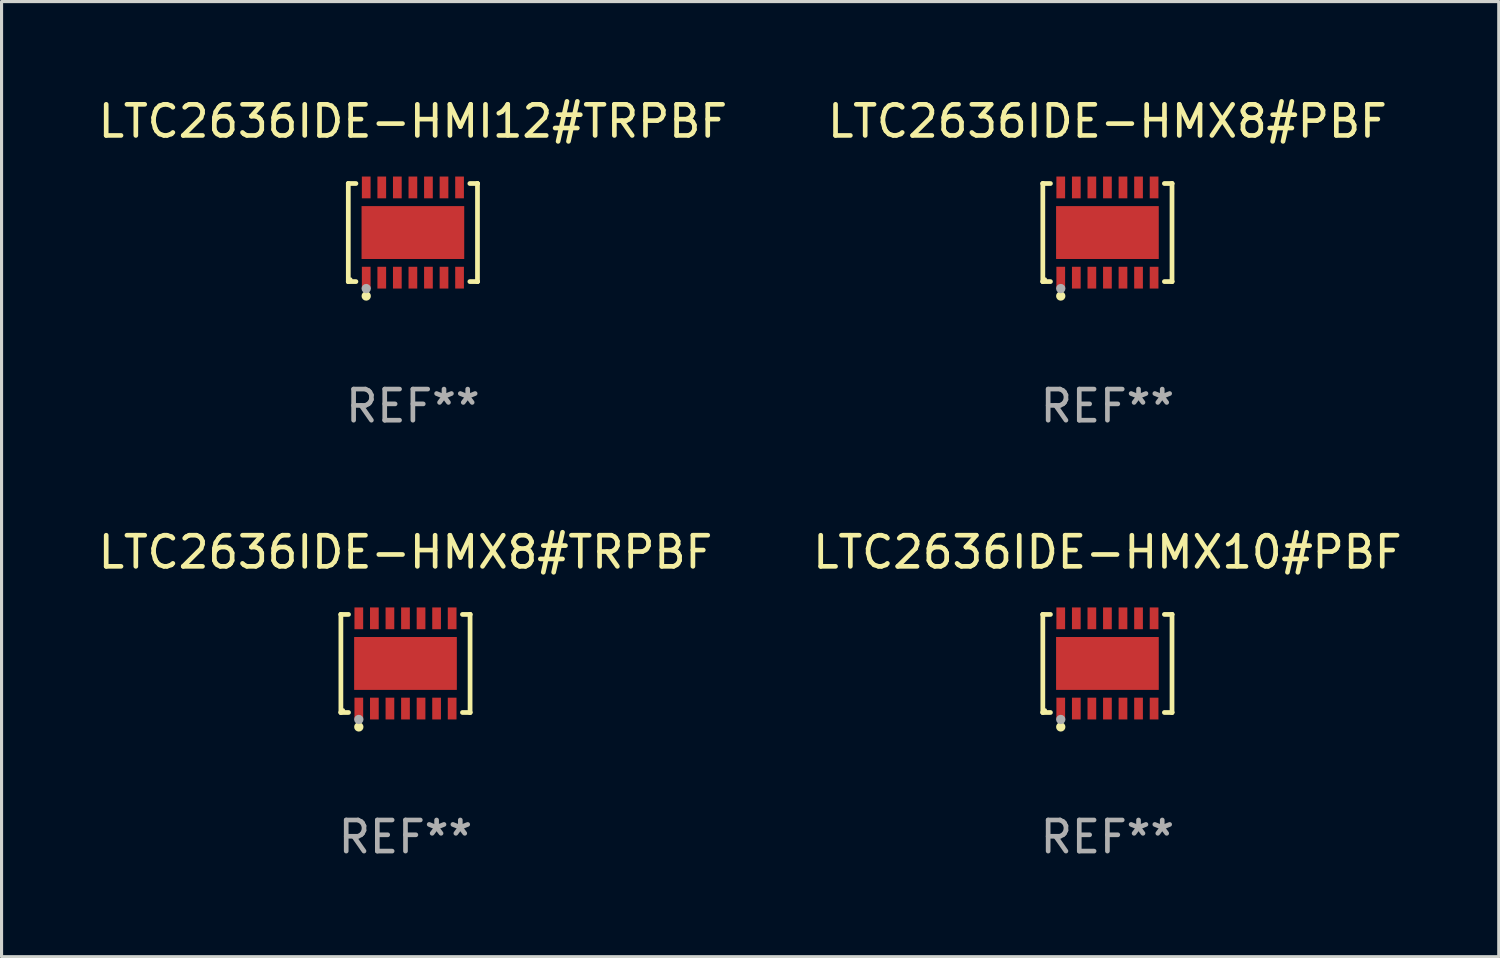
<source format=kicad_pcb>
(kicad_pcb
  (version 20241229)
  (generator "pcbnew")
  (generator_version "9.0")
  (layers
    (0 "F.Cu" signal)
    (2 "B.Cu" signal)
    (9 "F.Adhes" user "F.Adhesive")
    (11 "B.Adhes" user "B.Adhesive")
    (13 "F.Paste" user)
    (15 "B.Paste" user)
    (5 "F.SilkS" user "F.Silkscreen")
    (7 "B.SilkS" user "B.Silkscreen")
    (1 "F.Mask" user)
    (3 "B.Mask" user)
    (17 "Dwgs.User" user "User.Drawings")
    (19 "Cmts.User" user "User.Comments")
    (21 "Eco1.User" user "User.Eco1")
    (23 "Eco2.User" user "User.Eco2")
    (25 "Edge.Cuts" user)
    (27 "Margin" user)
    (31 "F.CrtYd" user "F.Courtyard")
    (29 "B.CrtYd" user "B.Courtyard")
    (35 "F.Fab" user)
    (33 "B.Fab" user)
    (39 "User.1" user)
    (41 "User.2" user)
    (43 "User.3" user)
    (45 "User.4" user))
  (footprint "LTC2636IDE-HMX8#PBF"
    (layer "F.Cu")
    (at 32.542 4.424)
    (property "Reference" "LTC2636IDE-HMX8#PBF" (at 0 -3.576 0) (layer "F.SilkS") (effects (font (size 1 1) (thickness 0.15))))
    (attr through_hole)
    (fp_line (start -2.076 -1.576) (end -2.076 -1.576) (stroke (width 0.152) (type solid)) (layer "F.SilkS"))
    (fp_line (start -2.076 -1.576) (end -1.831 -1.576) (stroke (width 0.152) (type solid)) (layer "F.SilkS"))
    (fp_line (start -2.076 1.576) (end -2.076 -1.576) (stroke (width 0.152) (type solid)) (layer "F.SilkS"))
    (fp_line (start -2.076 1.576) (end -2.076 1.576) (stroke (width 0.152) (type solid)) (layer "F.SilkS"))
    (fp_line (start -1.831 1.576) (end -2.076 1.576) (stroke (width 0.152) (type solid)) (layer "F.SilkS"))
    (fp_line (start 1.831 1.576) (end 2.076 1.576) (stroke (width 0.152) (type solid)) (layer "F.SilkS"))
    (fp_line (start 2.076 -1.576) (end 1.831 -1.576) (stroke (width 0.152) (type solid)) (layer "F.SilkS"))
    (fp_line (start 2.076 -1.576) (end 2.076 -1.576) (stroke (width 0.152) (type solid)) (layer "F.SilkS"))
    (fp_line (start 2.076 1.576) (end 2.076 -1.576) (stroke (width 0.152) (type solid)) (layer "F.SilkS"))
    (fp_line (start 2.076 1.576) (end 2.076 1.576) (stroke (width 0.152) (type solid)) (layer "F.SilkS"))
    (fp_circle (center -2 1.5) (end -1.97 1.5) (stroke (width 0.06) (type solid)) (fill no) (layer "F.SilkS"))
    (fp_circle (center -1.5 2.04) (end -1.425 2.04) (stroke (width 0.15) (type solid)) (fill no) (layer "F.SilkS"))
    (fp_circle (center -1.5 1.8) (end -1.425 1.8) (stroke (width 0.15) (type solid)) (fill no) (layer "F.Fab"))
    (fp_text user "REF**" (at 0 5.576 0) (layer "F.Fab") (effects (font (size 1 1) (thickness 0.15))))
    (pad "1" smd rect (at -1.5 1.45) (size 0.28 0.7) (layers "F.Cu" "F.Mask" "F.Paste"))
    (pad "2" smd rect (at -1 1.45) (size 0.28 0.7) (layers "F.Cu" "F.Mask" "F.Paste"))
    (pad "3" smd rect (at -0.5 1.45) (size 0.28 0.7) (layers "F.Cu" "F.Mask" "F.Paste"))
    (pad "4" smd rect (at 0 1.45) (size 0.28 0.7) (layers "F.Cu" "F.Mask" "F.Paste"))
    (pad "5" smd rect (at 0.5 1.45) (size 0.28 0.7) (layers "F.Cu" "F.Mask" "F.Paste"))
    (pad "6" smd rect (at 1 1.45) (size 0.28 0.7) (layers "F.Cu" "F.Mask" "F.Paste"))
    (pad "7" smd rect (at 1.5 1.45) (size 0.28 0.7) (layers "F.Cu" "F.Mask" "F.Paste"))
    (pad "8" smd rect (at 1.5 -1.45) (size 0.28 0.7) (layers "F.Cu" "F.Mask" "F.Paste"))
    (pad "9" smd rect (at 1 -1.45) (size 0.28 0.7) (layers "F.Cu" "F.Mask" "F.Paste"))
    (pad "10" smd rect (at 0.5 -1.45) (size 0.28 0.7) (layers "F.Cu" "F.Mask" "F.Paste"))
    (pad "11" smd rect (at 0 -1.45) (size 0.28 0.7) (layers "F.Cu" "F.Mask" "F.Paste"))
    (pad "12" smd rect (at -0.5 -1.45) (size 0.28 0.7) (layers "F.Cu" "F.Mask" "F.Paste"))
    (pad "13" smd rect (at -1 -1.45) (size 0.28 0.7) (layers "F.Cu" "F.Mask" "F.Paste"))
    (pad "14" smd rect (at -1.5 -1.45) (size 0.28 0.7) (layers "F.Cu" "F.Mask" "F.Paste"))
    (pad "15" smd rect (at 0 0) (size 3.3 1.7) (layers "F.Cu" "F.Mask" "F.Paste")))
  (footprint "LTC2636IDE-HMX10#PBF"
    (layer "F.Cu")
    (at 32.542 18.273)
    (property "Reference" "LTC2636IDE-HMX10#PBF" (at 0 -3.576 0) (layer "F.SilkS") (effects (font (size 1 1) (thickness 0.15))))
    (attr through_hole)
    (fp_line (start -2.076 -1.576) (end -2.076 -1.576) (stroke (width 0.152) (type solid)) (layer "F.SilkS"))
    (fp_line (start -2.076 -1.576) (end -1.831 -1.576) (stroke (width 0.152) (type solid)) (layer "F.SilkS"))
    (fp_line (start -2.076 1.576) (end -2.076 -1.576) (stroke (width 0.152) (type solid)) (layer "F.SilkS"))
    (fp_line (start -2.076 1.576) (end -2.076 1.576) (stroke (width 0.152) (type solid)) (layer "F.SilkS"))
    (fp_line (start -1.831 1.576) (end -2.076 1.576) (stroke (width 0.152) (type solid)) (layer "F.SilkS"))
    (fp_line (start 1.831 1.576) (end 2.076 1.576) (stroke (width 0.152) (type solid)) (layer "F.SilkS"))
    (fp_line (start 2.076 -1.576) (end 1.831 -1.576) (stroke (width 0.152) (type solid)) (layer "F.SilkS"))
    (fp_line (start 2.076 -1.576) (end 2.076 -1.576) (stroke (width 0.152) (type solid)) (layer "F.SilkS"))
    (fp_line (start 2.076 1.576) (end 2.076 -1.576) (stroke (width 0.152) (type solid)) (layer "F.SilkS"))
    (fp_line (start 2.076 1.576) (end 2.076 1.576) (stroke (width 0.152) (type solid)) (layer "F.SilkS"))
    (fp_circle (center -2 1.5) (end -1.97 1.5) (stroke (width 0.06) (type solid)) (fill no) (layer "F.SilkS"))
    (fp_circle (center -1.5 2.04) (end -1.425 2.04) (stroke (width 0.15) (type solid)) (fill no) (layer "F.SilkS"))
    (fp_circle (center -1.5 1.8) (end -1.425 1.8) (stroke (width 0.15) (type solid)) (fill no) (layer "F.Fab"))
    (fp_text user "REF**" (at 0 5.576 0) (layer "F.Fab") (effects (font (size 1 1) (thickness 0.15))))
    (pad "1" smd rect (at -1.5 1.45) (size 0.28 0.7) (layers "F.Cu" "F.Mask" "F.Paste"))
    (pad "2" smd rect (at -1 1.45) (size 0.28 0.7) (layers "F.Cu" "F.Mask" "F.Paste"))
    (pad "3" smd rect (at -0.5 1.45) (size 0.28 0.7) (layers "F.Cu" "F.Mask" "F.Paste"))
    (pad "4" smd rect (at 0 1.45) (size 0.28 0.7) (layers "F.Cu" "F.Mask" "F.Paste"))
    (pad "5" smd rect (at 0.5 1.45) (size 0.28 0.7) (layers "F.Cu" "F.Mask" "F.Paste"))
    (pad "6" smd rect (at 1 1.45) (size 0.28 0.7) (layers "F.Cu" "F.Mask" "F.Paste"))
    (pad "7" smd rect (at 1.5 1.45) (size 0.28 0.7) (layers "F.Cu" "F.Mask" "F.Paste"))
    (pad "8" smd rect (at 1.5 -1.45) (size 0.28 0.7) (layers "F.Cu" "F.Mask" "F.Paste"))
    (pad "9" smd rect (at 1 -1.45) (size 0.28 0.7) (layers "F.Cu" "F.Mask" "F.Paste"))
    (pad "10" smd rect (at 0.5 -1.45) (size 0.28 0.7) (layers "F.Cu" "F.Mask" "F.Paste"))
    (pad "11" smd rect (at 0 -1.45) (size 0.28 0.7) (layers "F.Cu" "F.Mask" "F.Paste"))
    (pad "12" smd rect (at -0.5 -1.45) (size 0.28 0.7) (layers "F.Cu" "F.Mask" "F.Paste"))
    (pad "13" smd rect (at -1 -1.45) (size 0.28 0.7) (layers "F.Cu" "F.Mask" "F.Paste"))
    (pad "14" smd rect (at -1.5 -1.45) (size 0.28 0.7) (layers "F.Cu" "F.Mask" "F.Paste"))
    (pad "15" smd rect (at 0 0) (size 3.3 1.7) (layers "F.Cu" "F.Mask" "F.Paste")))
  (footprint "LTC2636IDE-HMI12#TRPBF"
    (layer "F.Cu")
    (at 10.22 4.424)
    (property "Reference" "LTC2636IDE-HMI12#TRPBF" (at 0 -3.576 0) (layer "F.SilkS") (effects (font (size 1 1) (thickness 0.15))))
    (attr through_hole)
    (fp_line (start -2.076 -1.576) (end -2.076 -1.576) (stroke (width 0.152) (type solid)) (layer "F.SilkS"))
    (fp_line (start -2.076 -1.576) (end -1.831 -1.576) (stroke (width 0.152) (type solid)) (layer "F.SilkS"))
    (fp_line (start -2.076 1.576) (end -2.076 -1.576) (stroke (width 0.152) (type solid)) (layer "F.SilkS"))
    (fp_line (start -2.076 1.576) (end -2.076 1.576) (stroke (width 0.152) (type solid)) (layer "F.SilkS"))
    (fp_line (start -1.831 1.576) (end -2.076 1.576) (stroke (width 0.152) (type solid)) (layer "F.SilkS"))
    (fp_line (start 1.831 1.576) (end 2.076 1.576) (stroke (width 0.152) (type solid)) (layer "F.SilkS"))
    (fp_line (start 2.076 -1.576) (end 1.831 -1.576) (stroke (width 0.152) (type solid)) (layer "F.SilkS"))
    (fp_line (start 2.076 -1.576) (end 2.076 -1.576) (stroke (width 0.152) (type solid)) (layer "F.SilkS"))
    (fp_line (start 2.076 1.576) (end 2.076 -1.576) (stroke (width 0.152) (type solid)) (layer "F.SilkS"))
    (fp_line (start 2.076 1.576) (end 2.076 1.576) (stroke (width 0.152) (type solid)) (layer "F.SilkS"))
    (fp_circle (center -2 1.5) (end -1.97 1.5) (stroke (width 0.06) (type solid)) (fill no) (layer "F.SilkS"))
    (fp_circle (center -1.5 2.04) (end -1.425 2.04) (stroke (width 0.15) (type solid)) (fill no) (layer "F.SilkS"))
    (fp_circle (center -1.5 1.8) (end -1.425 1.8) (stroke (width 0.15) (type solid)) (fill no) (layer "F.Fab"))
    (fp_text user "REF**" (at 0 5.576 0) (layer "F.Fab") (effects (font (size 1 1) (thickness 0.15))))
    (pad "1" smd rect (at -1.5 1.45) (size 0.28 0.7) (layers "F.Cu" "F.Mask" "F.Paste"))
    (pad "2" smd rect (at -1 1.45) (size 0.28 0.7) (layers "F.Cu" "F.Mask" "F.Paste"))
    (pad "3" smd rect (at -0.5 1.45) (size 0.28 0.7) (layers "F.Cu" "F.Mask" "F.Paste"))
    (pad "4" smd rect (at 0 1.45) (size 0.28 0.7) (layers "F.Cu" "F.Mask" "F.Paste"))
    (pad "5" smd rect (at 0.5 1.45) (size 0.28 0.7) (layers "F.Cu" "F.Mask" "F.Paste"))
    (pad "6" smd rect (at 1 1.45) (size 0.28 0.7) (layers "F.Cu" "F.Mask" "F.Paste"))
    (pad "7" smd rect (at 1.5 1.45) (size 0.28 0.7) (layers "F.Cu" "F.Mask" "F.Paste"))
    (pad "8" smd rect (at 1.5 -1.45) (size 0.28 0.7) (layers "F.Cu" "F.Mask" "F.Paste"))
    (pad "9" smd rect (at 1 -1.45) (size 0.28 0.7) (layers "F.Cu" "F.Mask" "F.Paste"))
    (pad "10" smd rect (at 0.5 -1.45) (size 0.28 0.7) (layers "F.Cu" "F.Mask" "F.Paste"))
    (pad "11" smd rect (at 0 -1.45) (size 0.28 0.7) (layers "F.Cu" "F.Mask" "F.Paste"))
    (pad "12" smd rect (at -0.5 -1.45) (size 0.28 0.7) (layers "F.Cu" "F.Mask" "F.Paste"))
    (pad "13" smd rect (at -1 -1.45) (size 0.28 0.7) (layers "F.Cu" "F.Mask" "F.Paste"))
    (pad "14" smd rect (at -1.5 -1.45) (size 0.28 0.7) (layers "F.Cu" "F.Mask" "F.Paste"))
    (pad "15" smd rect (at 0 0) (size 3.3 1.7) (layers "F.Cu" "F.Mask" "F.Paste")))
  (footprint "LTC2636IDE-HMX8#TRPBF"
    (layer "F.Cu")
    (at 9.982 18.273)
    (property "Reference" "LTC2636IDE-HMX8#TRPBF" (at 0 -3.576 0) (layer "F.SilkS") (effects (font (size 1 1) (thickness 0.15))))
    (attr through_hole)
    (fp_line (start -2.076 -1.576) (end -2.076 -1.576) (stroke (width 0.152) (type solid)) (layer "F.SilkS"))
    (fp_line (start -2.076 -1.576) (end -1.831 -1.576) (stroke (width 0.152) (type solid)) (layer "F.SilkS"))
    (fp_line (start -2.076 1.576) (end -2.076 -1.576) (stroke (width 0.152) (type solid)) (layer "F.SilkS"))
    (fp_line (start -2.076 1.576) (end -2.076 1.576) (stroke (width 0.152) (type solid)) (layer "F.SilkS"))
    (fp_line (start -1.831 1.576) (end -2.076 1.576) (stroke (width 0.152) (type solid)) (layer "F.SilkS"))
    (fp_line (start 1.831 1.576) (end 2.076 1.576) (stroke (width 0.152) (type solid)) (layer "F.SilkS"))
    (fp_line (start 2.076 -1.576) (end 1.831 -1.576) (stroke (width 0.152) (type solid)) (layer "F.SilkS"))
    (fp_line (start 2.076 -1.576) (end 2.076 -1.576) (stroke (width 0.152) (type solid)) (layer "F.SilkS"))
    (fp_line (start 2.076 1.576) (end 2.076 -1.576) (stroke (width 0.152) (type solid)) (layer "F.SilkS"))
    (fp_line (start 2.076 1.576) (end 2.076 1.576) (stroke (width 0.152) (type solid)) (layer "F.SilkS"))
    (fp_circle (center -2 1.5) (end -1.97 1.5) (stroke (width 0.06) (type solid)) (fill no) (layer "F.SilkS"))
    (fp_circle (center -1.5 2.04) (end -1.425 2.04) (stroke (width 0.15) (type solid)) (fill no) (layer "F.SilkS"))
    (fp_circle (center -1.5 1.8) (end -1.425 1.8) (stroke (width 0.15) (type solid)) (fill no) (layer "F.Fab"))
    (fp_text user "REF**" (at 0 5.576 0) (layer "F.Fab") (effects (font (size 1 1) (thickness 0.15))))
    (pad "1" smd rect (at -1.5 1.45) (size 0.28 0.7) (layers "F.Cu" "F.Mask" "F.Paste"))
    (pad "2" smd rect (at -1 1.45) (size 0.28 0.7) (layers "F.Cu" "F.Mask" "F.Paste"))
    (pad "3" smd rect (at -0.5 1.45) (size 0.28 0.7) (layers "F.Cu" "F.Mask" "F.Paste"))
    (pad "4" smd rect (at 0 1.45) (size 0.28 0.7) (layers "F.Cu" "F.Mask" "F.Paste"))
    (pad "5" smd rect (at 0.5 1.45) (size 0.28 0.7) (layers "F.Cu" "F.Mask" "F.Paste"))
    (pad "6" smd rect (at 1 1.45) (size 0.28 0.7) (layers "F.Cu" "F.Mask" "F.Paste"))
    (pad "7" smd rect (at 1.5 1.45) (size 0.28 0.7) (layers "F.Cu" "F.Mask" "F.Paste"))
    (pad "8" smd rect (at 1.5 -1.45) (size 0.28 0.7) (layers "F.Cu" "F.Mask" "F.Paste"))
    (pad "9" smd rect (at 1 -1.45) (size 0.28 0.7) (layers "F.Cu" "F.Mask" "F.Paste"))
    (pad "10" smd rect (at 0.5 -1.45) (size 0.28 0.7) (layers "F.Cu" "F.Mask" "F.Paste"))
    (pad "11" smd rect (at 0 -1.45) (size 0.28 0.7) (layers "F.Cu" "F.Mask" "F.Paste"))
    (pad "12" smd rect (at -0.5 -1.45) (size 0.28 0.7) (layers "F.Cu" "F.Mask" "F.Paste"))
    (pad "13" smd rect (at -1 -1.45) (size 0.28 0.7) (layers "F.Cu" "F.Mask" "F.Paste"))
    (pad "14" smd rect (at -1.5 -1.45) (size 0.28 0.7) (layers "F.Cu" "F.Mask" "F.Paste"))
    (pad "15" smd rect (at 0 0) (size 3.3 1.7) (layers "F.Cu" "F.Mask" "F.Paste")))
  (gr_rect
    (start -3 -3)
    (end 45.119 27.698)
    (stroke (width 0.1) (type default))
    (fill no)
    (layer "Edge.Cuts")))
</source>
